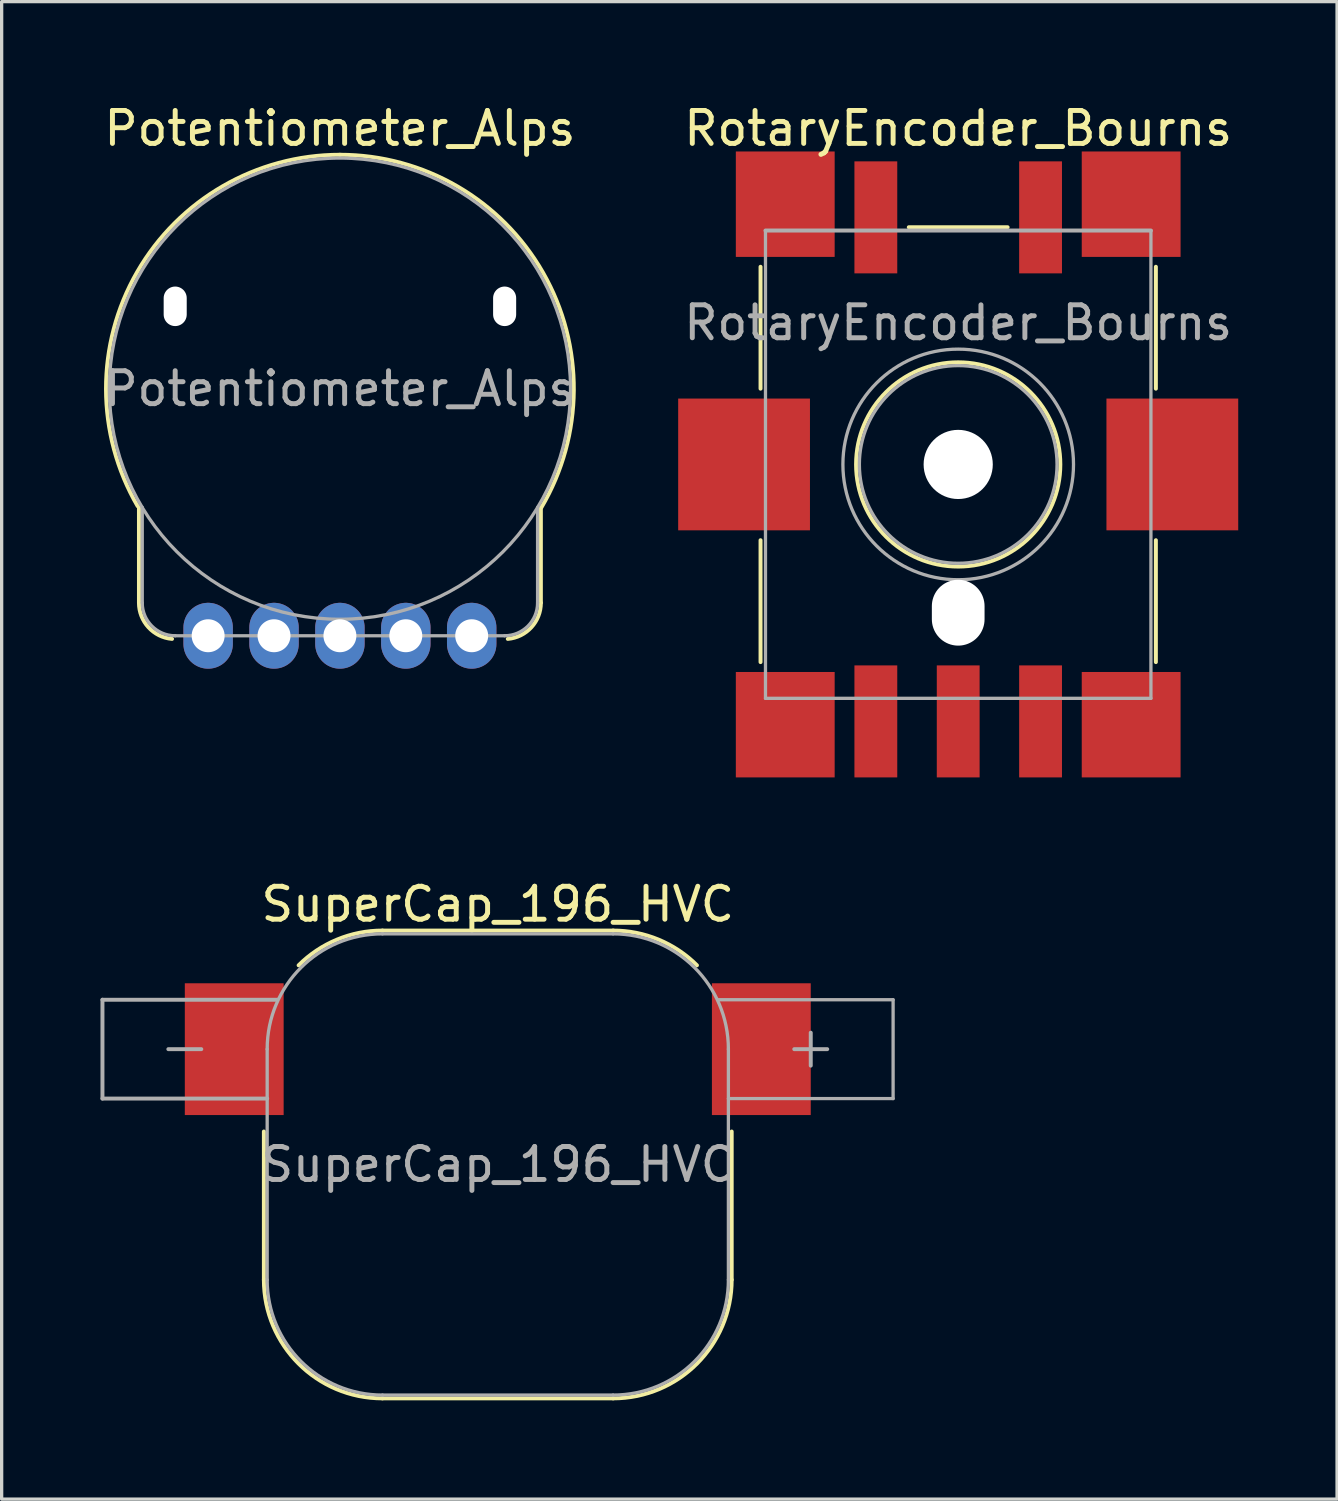
<source format=kicad_pcb>
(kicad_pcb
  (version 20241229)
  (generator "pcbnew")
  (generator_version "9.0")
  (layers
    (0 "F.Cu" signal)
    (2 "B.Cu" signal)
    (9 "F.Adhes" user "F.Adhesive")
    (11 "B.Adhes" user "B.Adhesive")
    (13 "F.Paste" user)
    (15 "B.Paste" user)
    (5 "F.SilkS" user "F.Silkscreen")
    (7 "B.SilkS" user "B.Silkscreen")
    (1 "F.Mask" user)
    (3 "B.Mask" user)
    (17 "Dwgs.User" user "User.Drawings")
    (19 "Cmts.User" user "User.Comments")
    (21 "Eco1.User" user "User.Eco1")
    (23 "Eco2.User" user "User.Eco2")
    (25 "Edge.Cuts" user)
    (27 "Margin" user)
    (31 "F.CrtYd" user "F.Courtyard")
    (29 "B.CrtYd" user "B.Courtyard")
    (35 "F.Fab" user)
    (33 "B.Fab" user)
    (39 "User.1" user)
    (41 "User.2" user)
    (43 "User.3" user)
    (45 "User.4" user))
  (footprint "Potentiometer_Alps"
    (layer "F.Cu")
    (at 7.268 8.748)
    (property "Reference" "Potentiometer_Alps" (at 0 -7.9 180) (layer "F.SilkS") (effects (font (size 1 1) (thickness 0.15))))
    (attr through_hole)
    (fp_line (start -6.1 6.5) (end -6.1 3.6) (stroke (width 0.12) (type solid)) (layer "F.SilkS"))
    (fp_line (start 6.1 6.5) (end 6.1 3.6) (stroke (width 0.12) (type solid)) (layer "F.SilkS"))
    (fp_arc (start -6.140002 3.565162) (mid -6.153156 -3.542411) (end 0 -7.1) (stroke (width 0.12) (type solid)) (layer "F.SilkS"))
    (fp_arc (start -5.095871 7.595814) (mid -5.811005 7.243149) (end -6.1 6.5) (stroke (width 0.12) (type solid)) (layer "F.SilkS"))
    (fp_arc (start 0 -7.1) (mid 6.165674 -3.520578) (end 6.114573 3.6086) (stroke (width 0.12) (type solid)) (layer "F.SilkS"))
    (fp_arc (start 6.1 6.5) (mid 5.811005 7.243149) (end 5.095871 7.595814) (stroke (width 0.12) (type solid)) (layer "F.SilkS"))
    (fp_line (start -6 6.5) (end -6 3.6) (stroke (width 0.1) (type solid)) (layer "F.Fab"))
    (fp_line (start -5 7.5) (end 5 7.5) (stroke (width 0.1) (type solid)) (layer "F.Fab"))
    (fp_line (start 6 6.5) (end 6 3.6) (stroke (width 0.1) (type solid)) (layer "F.Fab"))
    (fp_arc (start -5 7.5) (mid -5.707107 7.207107) (end -6 6.5) (stroke (width 0.1) (type solid)) (layer "F.Fab"))
    (fp_arc (start 6 6.5) (mid 5.707107 7.207107) (end 5 7.5) (stroke (width 0.1) (type solid)) (layer "F.Fab"))
    (fp_circle (center 0 0) (end 7 0) (stroke (width 0.1) (type solid)) (fill no) (layer "F.Fab"))
    (fp_text user "${REFERENCE}" (at 0 0 0) (layer "F.Fab") (effects (font (size 1 1) (thickness 0.15))))
    (pad "" np_thru_hole oval (at -5 -2.5) (size 0.7 1.2) (drill oval 0.7 1.2) (layers "*.Cu" "*.Mask"))
    (pad "" thru_hole oval (at -2 7.5) (size 1.5 2) (drill 1) (layers "*.Cu" "*.Mask"))
    (pad "" thru_hole oval (at 2 7.5) (size 1.5 2) (drill 1) (layers "*.Cu" "*.Mask"))
    (pad "" np_thru_hole oval (at 5 -2.5) (size 0.7 1.2) (drill oval 0.7 1.2) (layers "*.Cu" "*.Mask"))
    (pad "1" thru_hole oval (at -4 7.5) (size 1.5 2) (drill 1) (layers "*.Cu" "*.Mask"))
    (pad "2" thru_hole oval (at 0 7.5) (size 1.5 2) (drill 1) (layers "*.Cu" "*.Mask"))
    (pad "3" thru_hole oval (at 4 7.5) (size 1.5 2) (drill 1) (layers "*.Cu" "*.Mask")))
  (footprint "RotaryEncoder_Bourns"
    (layer "F.Cu")
    (at 26.036 11.048)
    (property "Reference" "RotaryEncoder_Bourns" (at 0 -10.2 0) (layer "F.SilkS") (effects (font (size 1 1) (thickness 0.15))))
    (attr through_hole)
    (fp_line (start -6 -6) (end -6 -2.3) (stroke (width 0.12) (type solid)) (layer "F.SilkS"))
    (fp_line (start -6 2.3) (end -6 6) (stroke (width 0.12) (type solid)) (layer "F.SilkS"))
    (fp_line (start -1.5 -7.2) (end 1.5 -7.2) (stroke (width 0.12) (type solid)) (layer "F.SilkS"))
    (fp_line (start 6 -2.3) (end 6 -6) (stroke (width 0.12) (type solid)) (layer "F.SilkS"))
    (fp_line (start 6 6) (end 6 2.3) (stroke (width 0.12) (type solid)) (layer "F.SilkS"))
    (fp_circle (center 0 0) (end 0 3.1) (stroke (width 0.12) (type solid)) (fill no) (layer "F.SilkS"))
    (fp_line (start -5.85 -7.1) (end 5.85 -7.1) (stroke (width 0.12) (type solid)) (layer "F.Fab"))
    (fp_line (start -5.85 7.1) (end -5.85 -7.1) (stroke (width 0.1) (type solid)) (layer "F.Fab"))
    (fp_line (start 5.85 -7.1) (end 5.85 7.1) (stroke (width 0.1) (type solid)) (layer "F.Fab"))
    (fp_line (start 5.85 7.1) (end -5.85 7.1) (stroke (width 0.1) (type solid)) (layer "F.Fab"))
    (fp_circle (center 0 0) (end 3 0) (stroke (width 0.1) (type solid)) (fill no) (layer "F.Fab"))
    (fp_circle (center 0 0) (end 3.5 0) (stroke (width 0.1) (type solid)) (fill no) (layer "F.Fab"))
    (fp_text user "${REFERENCE}" (at 0 -4.3 0) (layer "F.Fab") (effects (font (size 1 1) (thickness 0.15))))
    (pad "" smd rect (at -6.5 0) (size 4 4) (layers "F.Cu" "F.Mask" "F.Paste"))
    (pad "" smd rect (at -5.25 -7.9) (size 3 3.2) (layers "F.Cu" "F.Mask" "F.Paste"))
    (pad "" smd rect (at -5.25 7.9) (size 3 3.2) (layers "F.Cu" "F.Mask" "F.Paste"))
    (pad "" np_thru_hole circle (at 0 0) (size 2.1 2.1) (drill 2.1) (layers "*.Cu" "*.Mask"))
    (pad "" np_thru_hole oval (at 0 4.5) (size 1.6 2) (drill oval 1.6 2) (layers "*.Cu" "*.Mask"))
    (pad "" smd rect (at 5.25 -7.9) (size 3 3.2) (layers "F.Cu" "F.Mask" "F.Paste"))
    (pad "" smd rect (at 5.25 7.9) (size 3 3.2) (layers "F.Cu" "F.Mask" "F.Paste"))
    (pad "" smd rect (at 6.5 0) (size 4 4) (layers "F.Cu" "F.Mask" "F.Paste"))
    (pad "A" smd rect (at -2.5 7.8) (size 1.3 3.4) (layers "F.Cu" "F.Mask" "F.Paste"))
    (pad "B" smd rect (at 2.5 7.8) (size 1.3 3.4) (layers "F.Cu" "F.Mask" "F.Paste"))
    (pad "C" smd rect (at 0 7.8) (size 1.3 3.4) (layers "F.Cu" "F.Mask" "F.Paste"))
    (pad "S1" smd rect (at -2.5 -7.5) (size 1.3 3.4) (layers "F.Cu" "F.Mask" "F.Paste"))
    (pad "S2" smd rect (at 2.5 -7.5) (size 1.3 3.4) (layers "F.Cu" "F.Mask" "F.Paste")))
  (footprint "SuperCap_196_HVC"
    (layer "F.Cu")
    (at 12.06 32.297)
    (property "Reference" "SuperCap_196_HVC" (at 0 -7.9 0) (layer "F.SilkS") (effects (font (size 1 1) (thickness 0.15))))
    (attr through_hole)
    (fp_line (start -7.1 -1) (end -7.1 3.5) (stroke (width 0.12) (type solid)) (layer "F.SilkS"))
    (fp_line (start -3.5 -7.1) (end 3.5 -7.1) (stroke (width 0.12) (type solid)) (layer "F.SilkS"))
    (fp_line (start -3.5 7.1) (end 3.5 7.1) (stroke (width 0.12) (type solid)) (layer "F.SilkS"))
    (fp_line (start 7.1 -1) (end 7.1 3.5) (stroke (width 0.12) (type solid)) (layer "F.SilkS"))
    (fp_arc (start -6.045584 -6.045584) (mid -4.87766 -6.825966) (end -3.5 -7.1) (stroke (width 0.12) (type solid)) (layer "F.SilkS"))
    (fp_arc (start -3.5 7.1) (mid -6.045584 6.045584) (end -7.1 3.5) (stroke (width 0.12) (type solid)) (layer "F.SilkS"))
    (fp_arc (start 3.5 -7.1) (mid 4.87766 -6.825966) (end 6.045584 -6.045584) (stroke (width 0.12) (type solid)) (layer "F.SilkS"))
    (fp_arc (start 7.1 3.5) (mid 6.045584 6.045584) (end 3.5 7.1) (stroke (width 0.12) (type solid)) (layer "F.SilkS"))
    (fp_line (start -12 -5) (end -6.7 -5) (stroke (width 0.12) (type solid)) (layer "F.Fab"))
    (fp_line (start -12 -2) (end -12 -5) (stroke (width 0.12) (type solid)) (layer "F.Fab"))
    (fp_line (start -10 -3.5) (end -9 -3.5) (stroke (width 0.12) (type solid)) (layer "F.Fab"))
    (fp_line (start -7 -2) (end -12 -2) (stroke (width 0.12) (type solid)) (layer "F.Fab"))
    (fp_line (start -7 3.5) (end -7 -3.5) (stroke (width 0.1) (type solid)) (layer "F.Fab"))
    (fp_line (start -3.5 -7) (end 3.5 -7) (stroke (width 0.1) (type solid)) (layer "F.Fab"))
    (fp_line (start 3.5 7) (end -3.5 7) (stroke (width 0.1) (type solid)) (layer "F.Fab"))
    (fp_line (start 6.7 -5) (end 12 -5) (stroke (width 0.1) (type solid)) (layer "F.Fab"))
    (fp_line (start 7 -3.5) (end 7 3.5) (stroke (width 0.1) (type solid)) (layer "F.Fab"))
    (fp_line (start 9 -3.5) (end 10 -3.5) (stroke (width 0.12) (type solid)) (layer "F.Fab"))
    (fp_line (start 9.5 -4) (end 9.5 -3) (stroke (width 0.12) (type solid)) (layer "F.Fab"))
    (fp_line (start 12 -5) (end 12 -2) (stroke (width 0.1) (type solid)) (layer "F.Fab"))
    (fp_line (start 12 -2) (end 7 -2) (stroke (width 0.1) (type solid)) (layer "F.Fab"))
    (fp_arc (start -7 -3.5) (mid -5.974874 -5.974874) (end -3.5 -7) (stroke (width 0.1) (type solid)) (layer "F.Fab"))
    (fp_arc (start -3.5 7) (mid -5.974874 5.974874) (end -7 3.5) (stroke (width 0.1) (type solid)) (layer "F.Fab"))
    (fp_arc (start 3.5 -7) (mid 5.974874 -5.974874) (end 7 -3.5) (stroke (width 0.1) (type solid)) (layer "F.Fab"))
    (fp_arc (start 7 3.5) (mid 5.974874 5.974874) (end 3.5 7) (stroke (width 0.1) (type solid)) (layer "F.Fab"))
    (fp_text user "${REFERENCE}" (at 0 0 0) (layer "F.Fab") (effects (font (size 1 1) (thickness 0.15))))
    (pad "1" smd rect (at 8 -3.5) (size 3 4) (layers "F.Cu" "F.Mask" "F.Paste"))
    (pad "2" smd rect (at -8 -3.5) (size 3 4) (layers "F.Cu" "F.Mask" "F.Paste")))
  (gr_rect
    (start -3 -3)
    (end 37.536 42.456)
    (stroke (width 0.1) (type default))
    (fill no)
    (layer "Edge.Cuts")))
</source>
